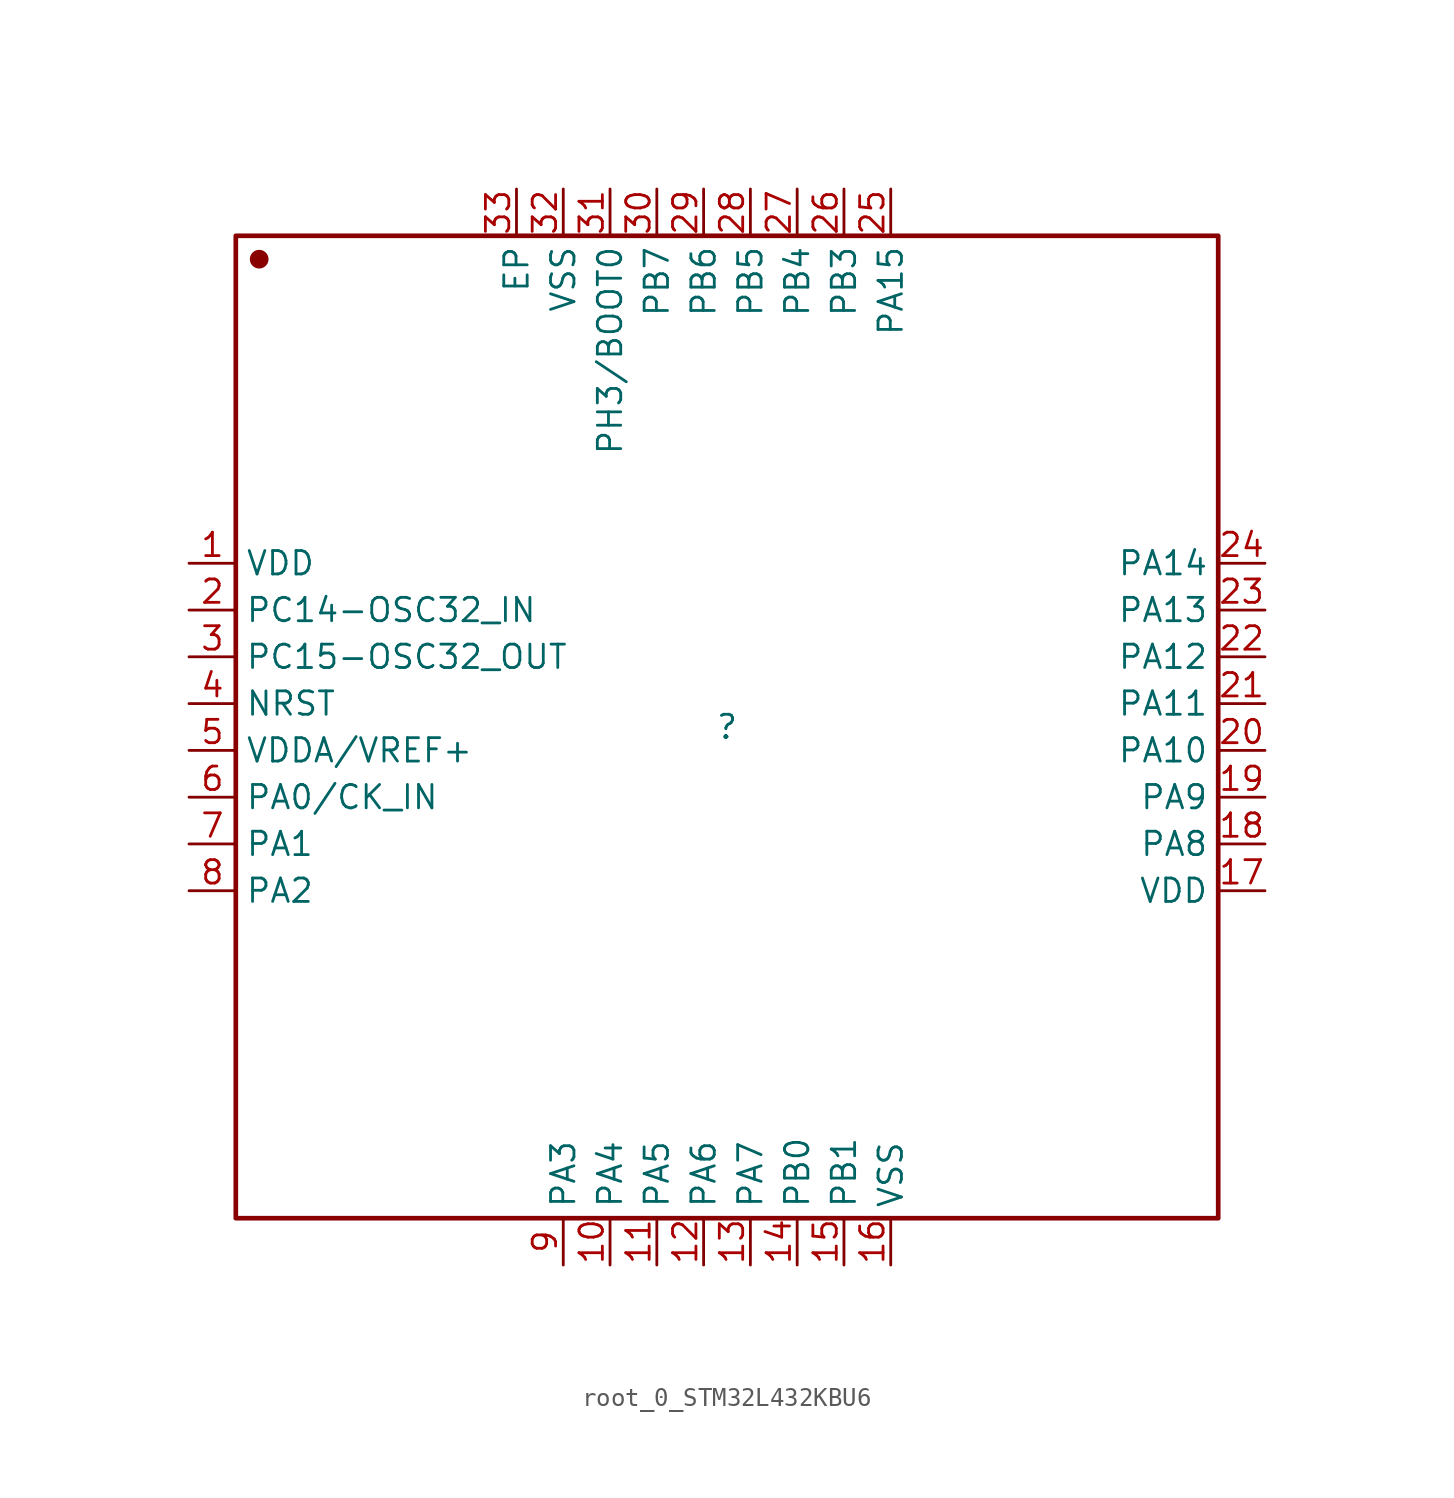
<source format=kicad_sym>
(kicad_symbol_lib
  (version 20231120)
  (generator "kicad_symbol_editor")
  (generator_version "8.0")
  (symbol "root_0_STM32L432KBU6"
    (property "Reference" ""
      (at 0 0 0)
      (effects (font (size 1.27 1.27))))
    (property "Value" ""
      (at 0 0 0)
      (effects (font (size 1.27 1.27))))
    (symbol "root_0_STM32L432KBU6_1_0"
      (rectangle (start -26.67 26.67) (end 26.67 -26.67) (stroke (width 0.254) (type solid) (color 136 0 0 1)) (fill (type none)))
      (circle (center -25.4 25.4) (radius 0.381) (stroke (width 0.254) (type solid) (color 136 0 0 1)) (fill (type outline)))
      (pin passive line (at -29.21 8.89 0) (length 2.54) (name "VDD" (effects (font (size 1.27 1.27)))) (number "1" (effects (font (size 1.27 1.27)))))
      (pin passive line (at -6.35 -29.21 90) (length 2.54) (name "PA4" (effects (font (size 1.27 1.27)))) (number "10" (effects (font (size 1.27 1.27)))))
      (pin passive line (at -3.81 -29.21 90) (length 2.54) (name "PA5" (effects (font (size 1.27 1.27)))) (number "11" (effects (font (size 1.27 1.27)))))
      (pin passive line (at -1.27 -29.21 90) (length 2.54) (name "PA6" (effects (font (size 1.27 1.27)))) (number "12" (effects (font (size 1.27 1.27)))))
      (pin passive line (at 1.27 -29.21 90) (length 2.54) (name "PA7" (effects (font (size 1.27 1.27)))) (number "13" (effects (font (size 1.27 1.27)))))
      (pin passive line (at 3.81 -29.21 90) (length 2.54) (name "PB0" (effects (font (size 1.27 1.27)))) (number "14" (effects (font (size 1.27 1.27)))))
      (pin passive line (at 6.35 -29.21 90) (length 2.54) (name "PB1" (effects (font (size 1.27 1.27)))) (number "15" (effects (font (size 1.27 1.27)))))
      (pin passive line (at 8.89 -29.21 90) (length 2.54) (name "VSS" (effects (font (size 1.27 1.27)))) (number "16" (effects (font (size 1.27 1.27)))))
      (pin passive line (at 29.21 -8.89 180) (length 2.54) (name "VDD" (effects (font (size 1.27 1.27)))) (number "17" (effects (font (size 1.27 1.27)))))
      (pin passive line (at 29.21 -6.35 180) (length 2.54) (name "PA8" (effects (font (size 1.27 1.27)))) (number "18" (effects (font (size 1.27 1.27)))))
      (pin passive line (at 29.21 -3.81 180) (length 2.54) (name "PA9" (effects (font (size 1.27 1.27)))) (number "19" (effects (font (size 1.27 1.27)))))
      (pin passive line (at -29.21 6.35 0) (length 2.54) (name "PC14-OSC32_IN" (effects (font (size 1.27 1.27)))) (number "2" (effects (font (size 1.27 1.27)))))
      (pin passive line (at 29.21 -1.27 180) (length 2.54) (name "PA10" (effects (font (size 1.27 1.27)))) (number "20" (effects (font (size 1.27 1.27)))))
      (pin passive line (at 29.21 1.27 180) (length 2.54) (name "PA11" (effects (font (size 1.27 1.27)))) (number "21" (effects (font (size 1.27 1.27)))))
      (pin passive line (at 29.21 3.81 180) (length 2.54) (name "PA12" (effects (font (size 1.27 1.27)))) (number "22" (effects (font (size 1.27 1.27)))))
      (pin passive line (at 29.21 6.35 180) (length 2.54) (name "PA13" (effects (font (size 1.27 1.27)))) (number "23" (effects (font (size 1.27 1.27)))))
      (pin passive line (at 29.21 8.89 180) (length 2.54) (name "PA14" (effects (font (size 1.27 1.27)))) (number "24" (effects (font (size 1.27 1.27)))))
      (pin passive line (at 8.89 29.21 270) (length 2.54) (name "PA15" (effects (font (size 1.27 1.27)))) (number "25" (effects (font (size 1.27 1.27)))))
      (pin passive line (at 6.35 29.21 270) (length 2.54) (name "PB3" (effects (font (size 1.27 1.27)))) (number "26" (effects (font (size 1.27 1.27)))))
      (pin passive line (at 3.81 29.21 270) (length 2.54) (name "PB4" (effects (font (size 1.27 1.27)))) (number "27" (effects (font (size 1.27 1.27)))))
      (pin passive line (at 1.27 29.21 270) (length 2.54) (name "PB5" (effects (font (size 1.27 1.27)))) (number "28" (effects (font (size 1.27 1.27)))))
      (pin passive line (at -1.27 29.21 270) (length 2.54) (name "PB6" (effects (font (size 1.27 1.27)))) (number "29" (effects (font (size 1.27 1.27)))))
      (pin passive line (at -29.21 3.81 0) (length 2.54) (name "PC15-OSC32_OUT" (effects (font (size 1.27 1.27)))) (number "3" (effects (font (size 1.27 1.27)))))
      (pin passive line (at -3.81 29.21 270) (length 2.54) (name "PB7" (effects (font (size 1.27 1.27)))) (number "30" (effects (font (size 1.27 1.27)))))
      (pin passive line (at -6.35 29.21 270) (length 2.54) (name "PH3/BOOT0" (effects (font (size 1.27 1.27)))) (number "31" (effects (font (size 1.27 1.27)))))
      (pin passive line (at -8.89 29.21 270) (length 2.54) (name "VSS" (effects (font (size 1.27 1.27)))) (number "32" (effects (font (size 1.27 1.27)))))
      (pin passive line (at -11.43 29.21 270) (length 2.54) (name "EP" (effects (font (size 1.27 1.27)))) (number "33" (effects (font (size 1.27 1.27)))))
      (pin passive line (at -29.21 1.27 0) (length 2.54) (name "NRST" (effects (font (size 1.27 1.27)))) (number "4" (effects (font (size 1.27 1.27)))))
      (pin passive line (at -29.21 -1.27 0) (length 2.54) (name "VDDA/VREF+" (effects (font (size 1.27 1.27)))) (number "5" (effects (font (size 1.27 1.27)))))
      (pin passive line (at -29.21 -3.81 0) (length 2.54) (name "PA0/CK_IN" (effects (font (size 1.27 1.27)))) (number "6" (effects (font (size 1.27 1.27)))))
      (pin passive line (at -29.21 -6.35 0) (length 2.54) (name "PA1" (effects (font (size 1.27 1.27)))) (number "7" (effects (font (size 1.27 1.27)))))
      (pin passive line (at -29.21 -8.89 0) (length 2.54) (name "PA2" (effects (font (size 1.27 1.27)))) (number "8" (effects (font (size 1.27 1.27)))))
      (pin passive line (at -8.89 -29.21 90) (length 2.54) (name "PA3" (effects (font (size 1.27 1.27)))) (number "9" (effects (font (size 1.27 1.27))))))))
</source>
